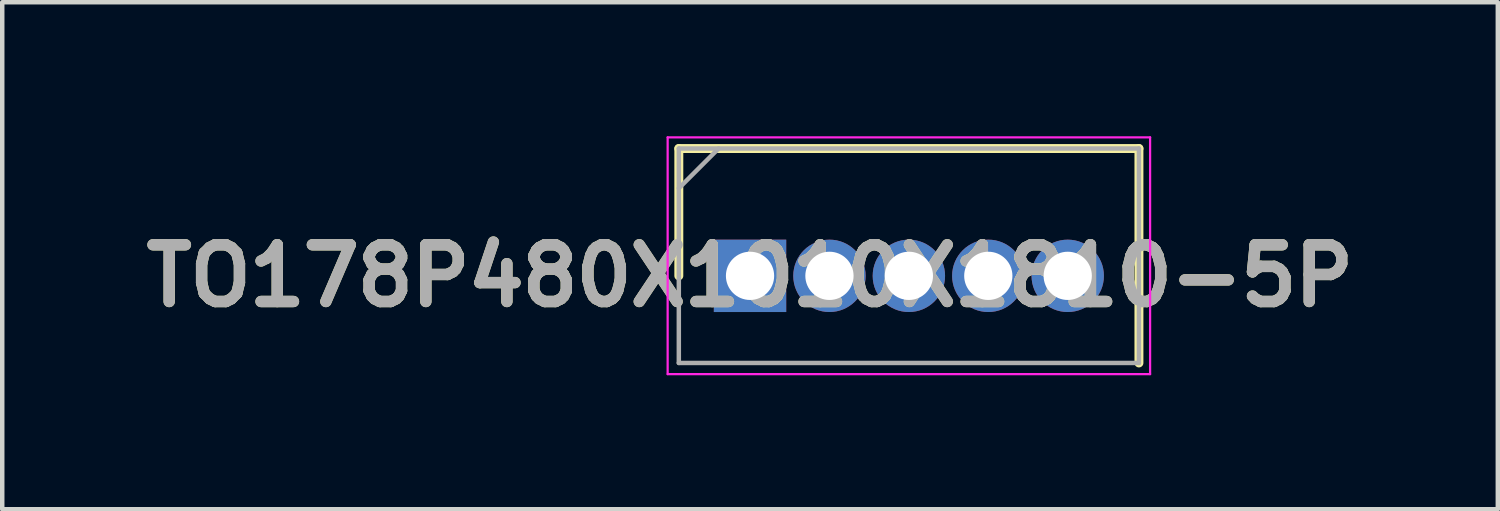
<source format=kicad_pcb>
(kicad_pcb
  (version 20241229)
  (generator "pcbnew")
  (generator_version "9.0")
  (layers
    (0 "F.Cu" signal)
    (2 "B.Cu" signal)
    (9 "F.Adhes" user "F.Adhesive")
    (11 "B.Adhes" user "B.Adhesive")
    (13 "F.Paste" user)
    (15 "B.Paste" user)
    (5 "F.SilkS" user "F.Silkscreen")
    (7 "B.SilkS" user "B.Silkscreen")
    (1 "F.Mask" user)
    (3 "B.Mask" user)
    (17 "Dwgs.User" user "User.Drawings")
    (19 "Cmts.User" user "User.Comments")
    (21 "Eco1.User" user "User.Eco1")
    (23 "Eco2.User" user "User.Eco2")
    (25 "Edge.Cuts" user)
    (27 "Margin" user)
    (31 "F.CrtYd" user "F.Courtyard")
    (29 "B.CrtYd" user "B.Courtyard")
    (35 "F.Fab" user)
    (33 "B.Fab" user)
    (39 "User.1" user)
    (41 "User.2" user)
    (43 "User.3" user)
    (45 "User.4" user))
  (footprint "TO178P480X1010X1810-5P"
    (layer "F.Cu")
    (at 13.74 3.125)
    (property "Reference" "TO178P480X1010X1810-5P" (at 0 0 0) (layer "F.SilkS") (effects (font (size 1.27 1.27) (thickness 0.254))))
    (attr through_hole)
    (fp_line (start -1.594 -2.85) (end -1.594 0) (stroke (width 0.2) (type solid)) (layer "F.SilkS"))
    (fp_line (start 8.706 -2.85) (end -1.594 -2.85) (stroke (width 0.2) (type solid)) (layer "F.SilkS"))
    (fp_line (start 8.706 1.95) (end 8.706 -2.85) (stroke (width 0.2) (type solid)) (layer "F.SilkS"))
    (fp_line (start -1.844 -3.1) (end 8.956 -3.1) (stroke (width 0.05) (type solid)) (layer "F.CrtYd"))
    (fp_line (start -1.844 2.2) (end -1.844 -3.1) (stroke (width 0.05) (type solid)) (layer "F.CrtYd"))
    (fp_line (start 8.956 -3.1) (end 8.956 2.2) (stroke (width 0.05) (type solid)) (layer "F.CrtYd"))
    (fp_line (start 8.956 2.2) (end -1.844 2.2) (stroke (width 0.05) (type solid)) (layer "F.CrtYd"))
    (fp_line (start -1.594 -2.85) (end 8.706 -2.85) (stroke (width 0.1) (type solid)) (layer "F.Fab"))
    (fp_line (start -1.594 -1.961) (end -0.705 -2.85) (stroke (width 0.1) (type solid)) (layer "F.Fab"))
    (fp_line (start -1.594 1.95) (end -1.594 -2.85) (stroke (width 0.1) (type solid)) (layer "F.Fab"))
    (fp_line (start 8.706 -2.85) (end 8.706 1.95) (stroke (width 0.1) (type solid)) (layer "F.Fab"))
    (fp_line (start 8.706 1.95) (end -1.594 1.95) (stroke (width 0.1) (type solid)) (layer "F.Fab"))
    (fp_text user "${REFERENCE}" (at 0 0 0) (layer "F.Fab") (effects (font (size 1.27 1.27) (thickness 0.254))))
    (pad "1" thru_hole rect (at 0 0) (size 1.62 1.62) (drill 1.08) (layers "*.Cu" "*.Mask"))
    (pad "2" thru_hole circle (at 1.778 0) (size 1.62 1.62) (drill 1.08) (layers "*.Cu" "*.Mask"))
    (pad "3" thru_hole circle (at 3.556 0) (size 1.62 1.62) (drill 1.08) (layers "*.Cu" "*.Mask"))
    (pad "4" thru_hole circle (at 5.334 0) (size 1.62 1.62) (drill 1.08) (layers "*.Cu" "*.Mask"))
    (pad "5" thru_hole circle (at 7.112 0) (size 1.62 1.62) (drill 1.08) (layers "*.Cu" "*.Mask")))
  (gr_rect
    (start -3 -3)
    (end 30.48 8.35)
    (stroke (width 0.1) (type default))
    (fill no)
    (layer "Edge.Cuts")))
</source>
